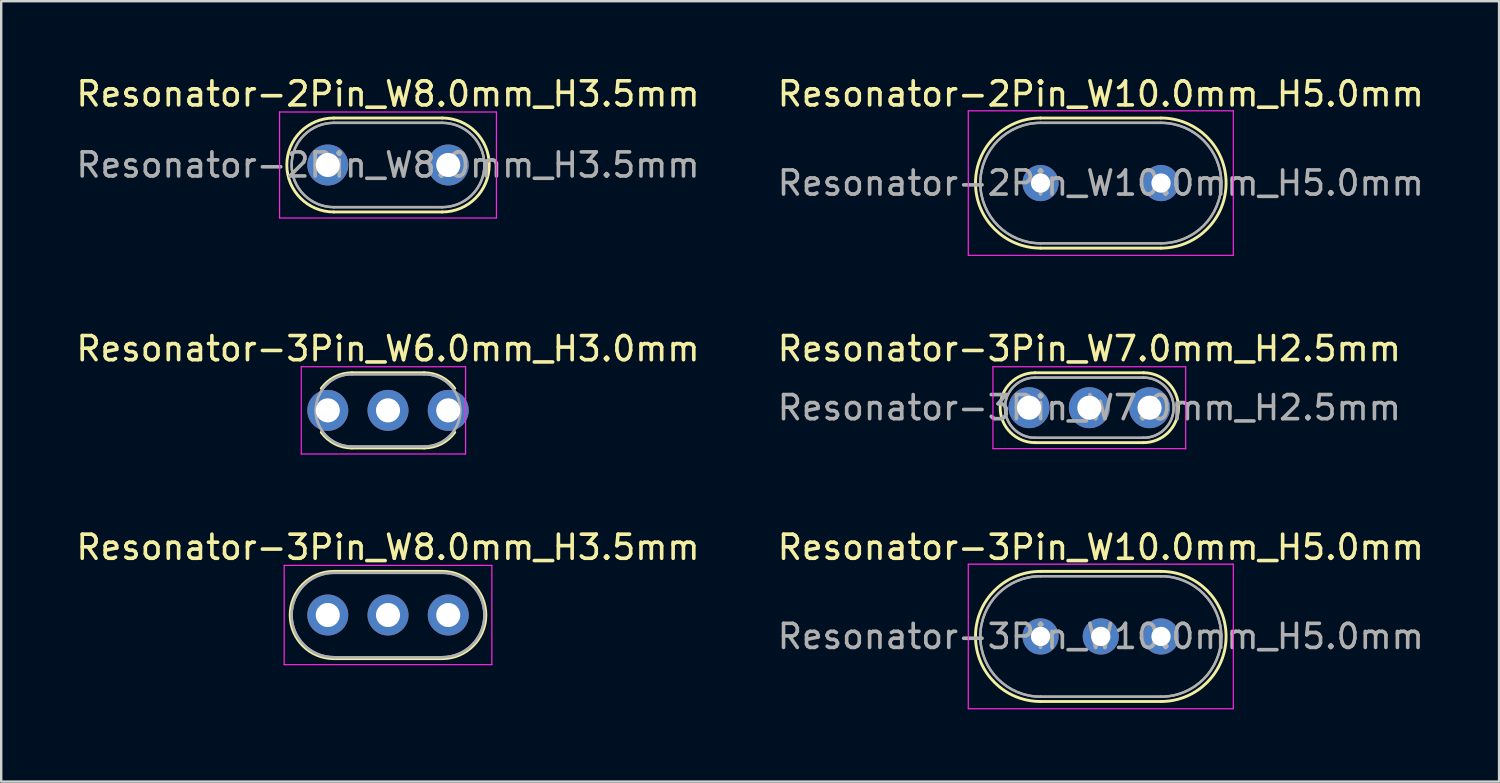
<source format=kicad_pcb>
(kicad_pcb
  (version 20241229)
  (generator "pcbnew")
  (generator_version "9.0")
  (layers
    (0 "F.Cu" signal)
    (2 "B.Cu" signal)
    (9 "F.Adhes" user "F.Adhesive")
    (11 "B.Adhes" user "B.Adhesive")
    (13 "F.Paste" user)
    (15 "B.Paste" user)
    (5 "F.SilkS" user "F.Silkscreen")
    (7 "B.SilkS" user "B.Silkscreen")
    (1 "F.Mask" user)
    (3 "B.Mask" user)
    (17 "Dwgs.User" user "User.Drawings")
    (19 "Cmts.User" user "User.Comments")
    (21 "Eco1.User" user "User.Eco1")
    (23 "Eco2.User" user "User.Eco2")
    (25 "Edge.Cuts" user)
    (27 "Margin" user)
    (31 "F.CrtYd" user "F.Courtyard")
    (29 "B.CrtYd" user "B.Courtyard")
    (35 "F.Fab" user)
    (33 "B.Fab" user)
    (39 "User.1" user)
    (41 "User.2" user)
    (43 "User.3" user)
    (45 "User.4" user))
  (footprint "Resonator-3Pin_W10.0mm_H5.0mm"
    (layer "F.Cu")
    (at 40.137 23.365)
    (property "Reference" "Resonator-3Pin_W10.0mm_H5.0mm" (at 2.5 -3.7 0) (layer "F.SilkS") (effects (font (size 1 1) (thickness 0.15))))
    (attr through_hole)
    (fp_line (start 0 -2.7) (end 5 -2.7) (stroke (width 0.12) (type solid)) (layer "F.SilkS"))
    (fp_line (start 0 2.7) (end 5 2.7) (stroke (width 0.12) (type solid)) (layer "F.SilkS"))
    (fp_arc (start 0 2.7) (mid -2.7 0) (end 0 -2.7) (stroke (width 0.12) (type solid)) (layer "F.SilkS"))
    (fp_arc (start 5 -2.7) (mid 7.7 0) (end 5 2.7) (stroke (width 0.12) (type solid)) (layer "F.SilkS"))
    (fp_line (start -3 -3) (end -3 3) (stroke (width 0.05) (type solid)) (layer "F.CrtYd"))
    (fp_line (start -3 3) (end 8 3) (stroke (width 0.05) (type solid)) (layer "F.CrtYd"))
    (fp_line (start 8 -3) (end -3 -3) (stroke (width 0.05) (type solid)) (layer "F.CrtYd"))
    (fp_line (start 8 3) (end 8 -3) (stroke (width 0.05) (type solid)) (layer "F.CrtYd"))
    (fp_line (start 0 -2.5) (end 5 -2.5) (stroke (width 0.1) (type solid)) (layer "F.Fab"))
    (fp_line (start 0 -2.5) (end 5 -2.5) (stroke (width 0.1) (type solid)) (layer "F.Fab"))
    (fp_line (start 0 2.5) (end 5 2.5) (stroke (width 0.1) (type solid)) (layer "F.Fab"))
    (fp_line (start 0 2.5) (end 5 2.5) (stroke (width 0.1) (type solid)) (layer "F.Fab"))
    (fp_arc (start 0 2.5) (mid -2.5 0) (end 0 -2.5) (stroke (width 0.1) (type solid)) (layer "F.Fab"))
    (fp_arc (start 0 2.5) (mid -2.5 0) (end 0 -2.5) (stroke (width 0.1) (type solid)) (layer "F.Fab"))
    (fp_arc (start 5 -2.5) (mid 7.5 0) (end 5 2.5) (stroke (width 0.1) (type solid)) (layer "F.Fab"))
    (fp_arc (start 5 -2.5) (mid 7.5 0) (end 5 2.5) (stroke (width 0.1) (type solid)) (layer "F.Fab"))
    (fp_text user "${REFERENCE}" (at 2.5 0 0) (layer "F.Fab") (effects (font (size 1 1) (thickness 0.15))))
    (pad "1" thru_hole circle (at 0 0) (size 1.5 1.5) (drill 0.8) (layers "*.Cu" "*.Mask"))
    (pad "2" thru_hole circle (at 2.5 0) (size 1.5 1.5) (drill 0.8) (layers "*.Cu" "*.Mask"))
    (pad "3" thru_hole circle (at 5 0) (size 1.5 1.5) (drill 0.8) (layers "*.Cu" "*.Mask")))
  (footprint "Resonator-2Pin_W8.0mm_H3.5mm"
    (layer "F.Cu")
    (at 10.554 3.798)
    (property "Reference" "Resonator-2Pin_W8.0mm_H3.5mm" (at 2.5 -2.95 0) (layer "F.SilkS") (effects (font (size 1 1) (thickness 0.15))))
    (attr through_hole)
    (fp_line (start 0.25 -1.95) (end 4.75 -1.95) (stroke (width 0.12) (type solid)) (layer "F.SilkS"))
    (fp_line (start 0.25 1.95) (end 4.75 1.95) (stroke (width 0.12) (type solid)) (layer "F.SilkS"))
    (fp_arc (start 0.25 1.95) (mid -1.7 0) (end 0.25 -1.95) (stroke (width 0.12) (type solid)) (layer "F.SilkS"))
    (fp_arc (start 4.75 -1.95) (mid 6.7 0) (end 4.75 1.95) (stroke (width 0.12) (type solid)) (layer "F.SilkS"))
    (fp_line (start -2 -2.2) (end -2 2.2) (stroke (width 0.05) (type solid)) (layer "F.CrtYd"))
    (fp_line (start -2 2.2) (end 7 2.2) (stroke (width 0.05) (type solid)) (layer "F.CrtYd"))
    (fp_line (start 7 -2.2) (end -2 -2.2) (stroke (width 0.05) (type solid)) (layer "F.CrtYd"))
    (fp_line (start 7 2.2) (end 7 -2.2) (stroke (width 0.05) (type solid)) (layer "F.CrtYd"))
    (fp_line (start 0.25 -1.75) (end 4.75 -1.75) (stroke (width 0.1) (type solid)) (layer "F.Fab"))
    (fp_line (start 0.25 -1.75) (end 4.75 -1.75) (stroke (width 0.1) (type solid)) (layer "F.Fab"))
    (fp_line (start 0.25 1.75) (end 4.75 1.75) (stroke (width 0.1) (type solid)) (layer "F.Fab"))
    (fp_line (start 0.25 1.75) (end 4.75 1.75) (stroke (width 0.1) (type solid)) (layer "F.Fab"))
    (fp_arc (start 0.25 1.75) (mid -1.5 0) (end 0.25 -1.75) (stroke (width 0.1) (type solid)) (layer "F.Fab"))
    (fp_arc (start 0.25 1.75) (mid -1.5 0) (end 0.25 -1.75) (stroke (width 0.1) (type solid)) (layer "F.Fab"))
    (fp_arc (start 4.75 -1.75) (mid 6.5 0) (end 4.75 1.75) (stroke (width 0.1) (type solid)) (layer "F.Fab"))
    (fp_arc (start 4.75 -1.75) (mid 6.5 0) (end 4.75 1.75) (stroke (width 0.1) (type solid)) (layer "F.Fab"))
    (fp_text user "${REFERENCE}" (at 2.5 0 0) (layer "F.Fab") (effects (font (size 1 1) (thickness 0.15))))
    (pad "1" thru_hole circle (at 0 0) (size 1.7 1.7) (drill 1) (layers "*.Cu" "*.Mask"))
    (pad "2" thru_hole circle (at 5 0) (size 1.7 1.7) (drill 1) (layers "*.Cu" "*.Mask")))
  (footprint "Resonator-3Pin_W7.0mm_H2.5mm"
    (layer "F.Cu")
    (at 39.661 13.871)
    (property "Reference" "Resonator-3Pin_W7.0mm_H2.5mm" (at 2.5 -2.45 0) (layer "F.SilkS") (effects (font (size 1 1) (thickness 0.15))))
    (attr through_hole)
    (fp_line (start 0.25 -1.45) (end 4.75 -1.45) (stroke (width 0.12) (type solid)) (layer "F.SilkS"))
    (fp_line (start 0.25 1.45) (end 4.75 1.45) (stroke (width 0.12) (type solid)) (layer "F.SilkS"))
    (fp_arc (start 0.25 1.45) (mid -1.2 0) (end 0.25 -1.45) (stroke (width 0.12) (type solid)) (layer "F.SilkS"))
    (fp_arc (start 4.75 -1.45) (mid 6.2 0) (end 4.75 1.45) (stroke (width 0.12) (type solid)) (layer "F.SilkS"))
    (fp_line (start -1.5 -1.7) (end -1.5 1.7) (stroke (width 0.05) (type solid)) (layer "F.CrtYd"))
    (fp_line (start -1.5 1.7) (end 6.5 1.7) (stroke (width 0.05) (type solid)) (layer "F.CrtYd"))
    (fp_line (start 6.5 -1.7) (end -1.5 -1.7) (stroke (width 0.05) (type solid)) (layer "F.CrtYd"))
    (fp_line (start 6.5 1.7) (end 6.5 -1.7) (stroke (width 0.05) (type solid)) (layer "F.CrtYd"))
    (fp_line (start 0.25 -1.25) (end 4.75 -1.25) (stroke (width 0.1) (type solid)) (layer "F.Fab"))
    (fp_line (start 0.25 -1.25) (end 4.75 -1.25) (stroke (width 0.1) (type solid)) (layer "F.Fab"))
    (fp_line (start 0.25 1.25) (end 4.75 1.25) (stroke (width 0.1) (type solid)) (layer "F.Fab"))
    (fp_line (start 0.25 1.25) (end 4.75 1.25) (stroke (width 0.1) (type solid)) (layer "F.Fab"))
    (fp_arc (start 0.25 1.25) (mid -1 0) (end 0.25 -1.25) (stroke (width 0.1) (type solid)) (layer "F.Fab"))
    (fp_arc (start 0.25 1.25) (mid -1 0) (end 0.25 -1.25) (stroke (width 0.1) (type solid)) (layer "F.Fab"))
    (fp_arc (start 4.75 -1.25) (mid 6 0) (end 4.75 1.25) (stroke (width 0.1) (type solid)) (layer "F.Fab"))
    (fp_arc (start 4.75 -1.25) (mid 6 0) (end 4.75 1.25) (stroke (width 0.1) (type solid)) (layer "F.Fab"))
    (fp_text user "${REFERENCE}" (at 2.5 0 0) (layer "F.Fab") (effects (font (size 1 1) (thickness 0.15))))
    (pad "1" thru_hole circle (at 0 0) (size 1.7 1.7) (drill 1) (layers "*.Cu" "*.Mask"))
    (pad "2" thru_hole circle (at 2.5 0) (size 1.7 1.7) (drill 1) (layers "*.Cu" "*.Mask"))
    (pad "3" thru_hole circle (at 5 0) (size 1.7 1.7) (drill 1) (layers "*.Cu" "*.Mask")))
  (footprint "Resonator-3Pin_W6.0mm_H3.0mm"
    (layer "F.Cu")
    (at 10.554 13.982)
    (property "Reference" "Resonator-3Pin_W6.0mm_H3.0mm" (at 2.5 -2.56 0) (layer "F.SilkS") (effects (font (size 1 1) (thickness 0.15))))
    (attr through_hole)
    (fp_line (start 1 -1.56) (end 4 -1.56) (stroke (width 0.12) (type solid)) (layer "F.SilkS"))
    (fp_line (start 1 1.56) (end 4 1.56) (stroke (width 0.12) (type solid)) (layer "F.SilkS"))
    (fp_arc (start -0.267109 -0.909965) (mid 0.287941 -1.38801) (end 1 -1.56) (stroke (width 0.12) (type solid)) (layer "F.SilkS"))
    (fp_arc (start 1 1.56) (mid 0.287941 1.38801) (end -0.267109 0.909965) (stroke (width 0.12) (type solid)) (layer "F.SilkS"))
    (fp_arc (start 4 -1.56) (mid 4.712059 -1.38801) (end 5.267109 -0.909965) (stroke (width 0.12) (type solid)) (layer "F.SilkS"))
    (fp_arc (start 5.267109 0.909965) (mid 4.712059 1.38801) (end 4 1.56) (stroke (width 0.12) (type solid)) (layer "F.SilkS"))
    (fp_line (start -1.1 -1.81) (end -1.1 1.81) (stroke (width 0.05) (type solid)) (layer "F.CrtYd"))
    (fp_line (start -1.1 1.81) (end 5.72 1.81) (stroke (width 0.05) (type solid)) (layer "F.CrtYd"))
    (fp_line (start 5.72 -1.81) (end -1.1 -1.81) (stroke (width 0.05) (type solid)) (layer "F.CrtYd"))
    (fp_line (start 5.72 1.81) (end 5.72 -1.81) (stroke (width 0.05) (type solid)) (layer "F.CrtYd"))
    (fp_line (start 1 -1.5) (end 4 -1.5) (stroke (width 0.1) (type solid)) (layer "F.Fab"))
    (fp_line (start 1 -1.5) (end 4 -1.5) (stroke (width 0.1) (type solid)) (layer "F.Fab"))
    (fp_line (start 1 1.5) (end 4 1.5) (stroke (width 0.1) (type solid)) (layer "F.Fab"))
    (fp_line (start 1 1.5) (end 4 1.5) (stroke (width 0.1) (type solid)) (layer "F.Fab"))
    (fp_arc (start 1 1.5) (mid -0.5 0) (end 1 -1.5) (stroke (width 0.1) (type solid)) (layer "F.Fab"))
    (fp_arc (start 1 1.5) (mid -0.5 0) (end 1 -1.5) (stroke (width 0.1) (type solid)) (layer "F.Fab"))
    (fp_arc (start 4 -1.5) (mid 5.5 0) (end 4 1.5) (stroke (width 0.1) (type solid)) (layer "F.Fab"))
    (fp_arc (start 4 -1.5) (mid 5.5 0) (end 4 1.5) (stroke (width 0.1) (type solid)) (layer "F.Fab"))
    (pad "1" thru_hole circle (at 0 0) (size 1.7 1.7) (drill 1) (layers "*.Cu" "*.Mask"))
    (pad "2" thru_hole circle (at 2.5 0) (size 1.7 1.7) (drill 1) (layers "*.Cu" "*.Mask"))
    (pad "3" thru_hole circle (at 5 0) (size 1.7 1.7) (drill 1) (layers "*.Cu" "*.Mask")))
  (footprint "Resonator-3Pin_W8.0mm_H3.5mm"
    (layer "F.Cu")
    (at 10.554 22.475)
    (property "Reference" "Resonator-3Pin_W8.0mm_H3.5mm" (at 2.5 -2.81 0) (layer "F.SilkS") (effects (font (size 1 1) (thickness 0.15))))
    (attr through_hole)
    (fp_line (start 0.25 -1.81) (end 4.75 -1.81) (stroke (width 0.12) (type solid)) (layer "F.SilkS"))
    (fp_line (start 0.25 1.81) (end 4.75 1.81) (stroke (width 0.12) (type solid)) (layer "F.SilkS"))
    (fp_arc (start 0.25 1.81) (mid -1.56 0) (end 0.25 -1.81) (stroke (width 0.12) (type solid)) (layer "F.SilkS"))
    (fp_arc (start 4.75 -1.81) (mid 6.56 0) (end 4.75 1.81) (stroke (width 0.12) (type solid)) (layer "F.SilkS"))
    (fp_line (start -1.81 -2.06) (end -1.81 2.06) (stroke (width 0.05) (type solid)) (layer "F.CrtYd"))
    (fp_line (start -1.81 2.06) (end 6.81 2.06) (stroke (width 0.05) (type solid)) (layer "F.CrtYd"))
    (fp_line (start 6.81 -2.06) (end -1.81 -2.06) (stroke (width 0.05) (type solid)) (layer "F.CrtYd"))
    (fp_line (start 6.81 2.06) (end 6.81 -2.06) (stroke (width 0.05) (type solid)) (layer "F.CrtYd"))
    (fp_line (start 0.25 -1.75) (end 4.75 -1.75) (stroke (width 0.1) (type solid)) (layer "F.Fab"))
    (fp_line (start 0.25 -1.75) (end 4.75 -1.75) (stroke (width 0.1) (type solid)) (layer "F.Fab"))
    (fp_line (start 0.25 1.75) (end 4.75 1.75) (stroke (width 0.1) (type solid)) (layer "F.Fab"))
    (fp_line (start 0.25 1.75) (end 4.75 1.75) (stroke (width 0.1) (type solid)) (layer "F.Fab"))
    (fp_arc (start 0.25 1.75) (mid -1.5 0) (end 0.25 -1.75) (stroke (width 0.1) (type solid)) (layer "F.Fab"))
    (fp_arc (start 0.25 1.75) (mid -1.5 0) (end 0.25 -1.75) (stroke (width 0.1) (type solid)) (layer "F.Fab"))
    (fp_arc (start 4.75 -1.75) (mid 6.5 0) (end 4.75 1.75) (stroke (width 0.1) (type solid)) (layer "F.Fab"))
    (fp_arc (start 4.75 -1.75) (mid 6.5 0) (end 4.75 1.75) (stroke (width 0.1) (type solid)) (layer "F.Fab"))
    (pad "1" thru_hole circle (at 0 0) (size 1.7 1.7) (drill 1) (layers "*.Cu" "*.Mask"))
    (pad "2" thru_hole circle (at 2.5 0) (size 1.7 1.7) (drill 1) (layers "*.Cu" "*.Mask"))
    (pad "3" thru_hole circle (at 5 0) (size 1.7 1.7) (drill 1) (layers "*.Cu" "*.Mask")))
  (footprint "Resonator-2Pin_W10.0mm_H5.0mm"
    (layer "F.Cu")
    (at 40.137 4.548)
    (property "Reference" "Resonator-2Pin_W10.0mm_H5.0mm" (at 2.5 -3.7 0) (layer "F.SilkS") (effects (font (size 1 1) (thickness 0.15))))
    (attr through_hole)
    (fp_line (start 0 -2.7) (end 5 -2.7) (stroke (width 0.12) (type solid)) (layer "F.SilkS"))
    (fp_line (start 0 2.7) (end 5 2.7) (stroke (width 0.12) (type solid)) (layer "F.SilkS"))
    (fp_arc (start 0 2.7) (mid -2.7 0) (end 0 -2.7) (stroke (width 0.12) (type solid)) (layer "F.SilkS"))
    (fp_arc (start 5 -2.7) (mid 7.7 0) (end 5 2.7) (stroke (width 0.12) (type solid)) (layer "F.SilkS"))
    (fp_line (start -3 -3) (end -3 3) (stroke (width 0.05) (type solid)) (layer "F.CrtYd"))
    (fp_line (start -3 3) (end 8 3) (stroke (width 0.05) (type solid)) (layer "F.CrtYd"))
    (fp_line (start 8 -3) (end -3 -3) (stroke (width 0.05) (type solid)) (layer "F.CrtYd"))
    (fp_line (start 8 3) (end 8 -3) (stroke (width 0.05) (type solid)) (layer "F.CrtYd"))
    (fp_line (start 0 -2.5) (end 5 -2.5) (stroke (width 0.1) (type solid)) (layer "F.Fab"))
    (fp_line (start 0 -2.5) (end 5 -2.5) (stroke (width 0.1) (type solid)) (layer "F.Fab"))
    (fp_line (start 0 2.5) (end 5 2.5) (stroke (width 0.1) (type solid)) (layer "F.Fab"))
    (fp_line (start 0 2.5) (end 5 2.5) (stroke (width 0.1) (type solid)) (layer "F.Fab"))
    (fp_arc (start 0 2.5) (mid -2.5 0) (end 0 -2.5) (stroke (width 0.1) (type solid)) (layer "F.Fab"))
    (fp_arc (start 0 2.5) (mid -2.5 0) (end 0 -2.5) (stroke (width 0.1) (type solid)) (layer "F.Fab"))
    (fp_arc (start 5 -2.5) (mid 7.5 0) (end 5 2.5) (stroke (width 0.1) (type solid)) (layer "F.Fab"))
    (fp_arc (start 5 -2.5) (mid 7.5 0) (end 5 2.5) (stroke (width 0.1) (type solid)) (layer "F.Fab"))
    (fp_text user "${REFERENCE}" (at 2.5 0 0) (layer "F.Fab") (effects (font (size 1 1) (thickness 0.15))))
    (pad "1" thru_hole circle (at 0 0) (size 1.5 1.5) (drill 0.8) (layers "*.Cu" "*.Mask"))
    (pad "2" thru_hole circle (at 5 0) (size 1.5 1.5) (drill 0.8) (layers "*.Cu" "*.Mask")))
  (gr_rect
    (start -3 -3)
    (end 59.167 29.39)
    (stroke (width 0.1) (type default))
    (fill no)
    (layer "Edge.Cuts")))
</source>
